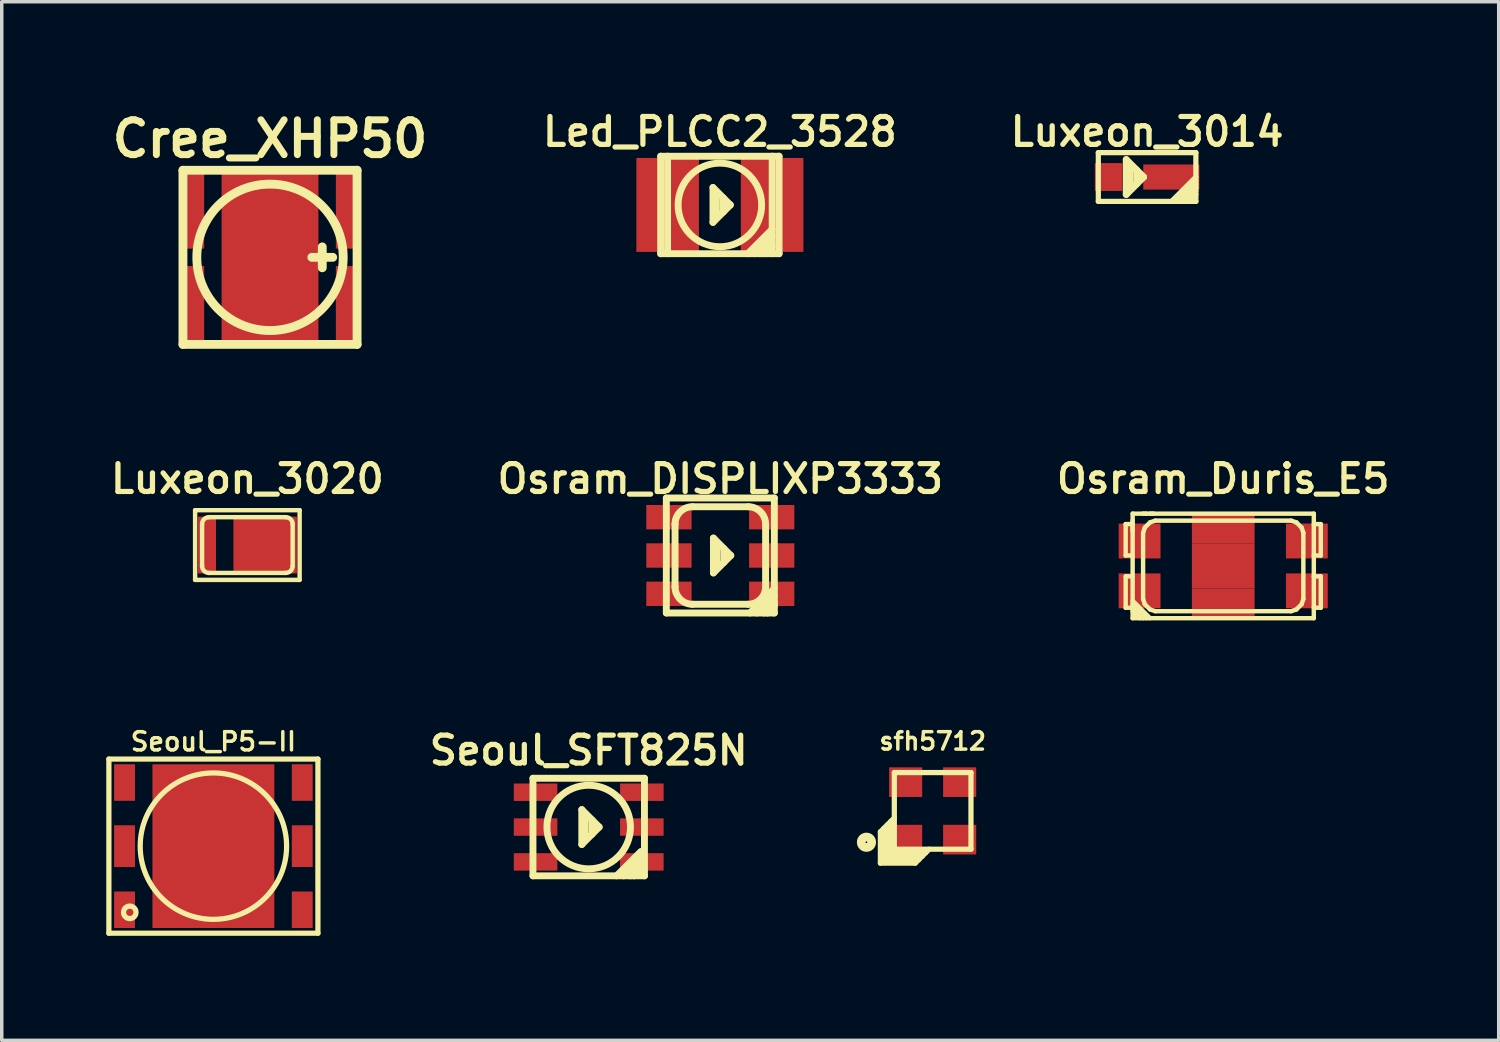
<source format=kicad_pcb>
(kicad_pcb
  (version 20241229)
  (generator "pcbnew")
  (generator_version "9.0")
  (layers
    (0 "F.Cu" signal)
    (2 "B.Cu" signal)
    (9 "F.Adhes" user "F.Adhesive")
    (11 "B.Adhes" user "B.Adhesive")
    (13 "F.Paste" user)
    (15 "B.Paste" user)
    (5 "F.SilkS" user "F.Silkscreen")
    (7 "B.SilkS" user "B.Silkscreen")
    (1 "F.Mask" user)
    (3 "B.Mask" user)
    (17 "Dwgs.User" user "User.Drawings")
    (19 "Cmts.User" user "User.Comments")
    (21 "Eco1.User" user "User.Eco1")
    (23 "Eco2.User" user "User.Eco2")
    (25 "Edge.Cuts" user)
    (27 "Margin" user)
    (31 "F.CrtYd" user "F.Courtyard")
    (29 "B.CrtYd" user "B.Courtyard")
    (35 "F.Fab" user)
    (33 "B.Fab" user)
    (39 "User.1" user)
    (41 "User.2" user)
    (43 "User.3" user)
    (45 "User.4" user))
  (footprint "Osram_DISPLIXP3333"
    (layer "F.Cu")
    (at 17.625 12.894)
    (property "Reference" "Osram_DISPLIXP3333" (at 0 -2.2 0) (layer "F.SilkS") (effects (font (size 0.8 0.8) (thickness 0.15))))
    (attr through_hole)
    (fp_line (start -1.55 -1.65) (end -1.55 1.65) (stroke (width 0.198) (type solid)) (layer "F.SilkS"))
    (fp_line (start -1.55 1.65) (end 1.55 1.65) (stroke (width 0.198) (type solid)) (layer "F.SilkS"))
    (fp_line (start -1.3 -0.9) (end -1.3 0.9) (stroke (width 0.2) (type solid)) (layer "F.SilkS"))
    (fp_line (start -0.8 -1.4) (end 0.8 -1.4) (stroke (width 0.2) (type solid)) (layer "F.SilkS"))
    (fp_line (start -0.8 1.4) (end 0.8 1.4) (stroke (width 0.2) (type solid)) (layer "F.SilkS"))
    (fp_line (start -0.198 -0.5) (end -0.198 0.5) (stroke (width 0.198) (type solid)) (layer "F.SilkS"))
    (fp_line (start -0.198 0.5) (end 0.3 0) (stroke (width 0.198) (type solid)) (layer "F.SilkS"))
    (fp_line (start -0.099 0.3) (end -0.099 -0.3) (stroke (width 0.198) (type solid)) (layer "F.SilkS"))
    (fp_line (start 0.099 0.201) (end 0.099 -0.201) (stroke (width 0.198) (type solid)) (layer "F.SilkS"))
    (fp_line (start 0.3 0) (end -0.198 -0.5) (stroke (width 0.198) (type solid)) (layer "F.SilkS"))
    (fp_line (start 0.85 1.65) (end 1.548 0.952) (stroke (width 0.198) (type solid)) (layer "F.SilkS"))
    (fp_line (start 1.05 1.65) (end 1.55 1.15) (stroke (width 0.198) (type solid)) (layer "F.SilkS"))
    (fp_line (start 1.25 1.65) (end 1.55 1.35) (stroke (width 0.198) (type solid)) (layer "F.SilkS"))
    (fp_line (start 1.3 -0.9) (end 1.3 0.9) (stroke (width 0.2) (type solid)) (layer "F.SilkS"))
    (fp_line (start 1.55 -1.65) (end -1.55 -1.65) (stroke (width 0.198) (type solid)) (layer "F.SilkS"))
    (fp_line (start 1.55 1.45) (end 1.352 1.651) (stroke (width 0.198) (type solid)) (layer "F.SilkS"))
    (fp_line (start 1.55 1.65) (end 1.55 -1.65) (stroke (width 0.198) (type solid)) (layer "F.SilkS"))
    (fp_arc (start -1.3 -0.9) (mid -1.153553 -1.253553) (end -0.8 -1.4) (stroke (width 0.2) (type solid)) (layer "F.SilkS"))
    (fp_arc (start -0.8 1.4) (mid -1.153553 1.253553) (end -1.3 0.9) (stroke (width 0.2) (type solid)) (layer "F.SilkS"))
    (fp_arc (start 0.8 -1.4) (mid 1.153553 -1.253553) (end 1.3 -0.9) (stroke (width 0.2) (type solid)) (layer "F.SilkS"))
    (fp_arc (start 1.3 0.9) (mid 1.153553 1.253553) (end 0.8 1.4) (stroke (width 0.2) (type solid)) (layer "F.SilkS"))
    (pad "1" smd rect (at -1.475 -1.1) (size 1.3 0.7) (layers "F.Cu" "F.Mask" "F.Paste"))
    (pad "2" smd rect (at -1.475 0) (size 1.3 0.7) (layers "F.Cu" "F.Mask" "F.Paste"))
    (pad "3" smd rect (at -1.475 1.1) (size 1.3 0.7) (layers "F.Cu" "F.Mask" "F.Paste"))
    (pad "4" smd rect (at 1.475 1.1) (size 1.3 0.7) (layers "F.Cu" "F.Mask" "F.Paste"))
    (pad "5" smd rect (at 1.475 0) (size 1.3 0.7) (layers "F.Cu" "F.Mask" "F.Paste"))
    (pad "6" smd rect (at 1.475 -1.1) (size 1.3 0.7) (layers "F.Cu" "F.Mask" "F.Paste")))
  (footprint "Luxeon_3020"
    (layer "F.Cu")
    (at 4.05 12.594)
    (property "Reference" "Luxeon_3020" (at 0 -1.9 0) (layer "F.SilkS") (effects (font (size 0.8 0.8) (thickness 0.15))))
    (attr through_hole)
    (fp_line (start -1.5 -1) (end 1.5 -1) (stroke (width 0.127) (type solid)) (layer "F.SilkS"))
    (fp_line (start -1.5 1) (end -1.5 -1) (stroke (width 0.127) (type solid)) (layer "F.SilkS"))
    (fp_line (start -1.3 0.6) (end -1.3 -0.6) (stroke (width 0.127) (type solid)) (layer "F.SilkS"))
    (fp_line (start -1.1 -0.8) (end 1.1 -0.8) (stroke (width 0.127) (type solid)) (layer "F.SilkS"))
    (fp_line (start 1.1 0.8) (end -1.1 0.8) (stroke (width 0.127) (type solid)) (layer "F.SilkS"))
    (fp_line (start 1.3 -0.6) (end 1.3 0.6) (stroke (width 0.127) (type solid)) (layer "F.SilkS"))
    (fp_line (start 1.5 -1) (end 1.5 1) (stroke (width 0.127) (type solid)) (layer "F.SilkS"))
    (fp_line (start 1.5 1) (end -1.5 1) (stroke (width 0.127) (type solid)) (layer "F.SilkS"))
    (fp_arc (start -1.3 -0.6) (mid -1.241421 -0.741421) (end -1.1 -0.8) (stroke (width 0.127) (type solid)) (layer "F.SilkS"))
    (fp_arc (start -1.1 0.8) (mid -1.241421 0.741421) (end -1.3 0.6) (stroke (width 0.127) (type solid)) (layer "F.SilkS"))
    (fp_arc (start 1.1 -0.8) (mid 1.241421 -0.741421) (end 1.3 -0.6) (stroke (width 0.127) (type solid)) (layer "F.SilkS"))
    (fp_arc (start 1.3 0.6) (mid 1.241421 0.741421) (end 1.1 0.8) (stroke (width 0.127) (type solid)) (layer "F.SilkS"))
    (pad "1" smd rect (at -1.16 0) (size 0.52 1.63) (layers "F.Cu" "F.Mask" "F.Paste"))
    (pad "2" smd rect (at 0.51 0) (size 1.82 1.63) (layers "F.Cu" "F.Mask" "F.Paste")))
  (footprint "Seoul_P5-II"
    (layer "F.Cu")
    (at 3.075 21.236)
    (property "Reference" "Seoul_P5-II" (at 0 -3 0) (layer "F.SilkS") (effects (font (size 0.523 0.523) (thickness 0.099))))
    (attr through_hole)
    (fp_line (start -3 -2.499) (end -3 2.499) (stroke (width 0.15) (type solid)) (layer "F.SilkS"))
    (fp_line (start -3 -2.499) (end 3 -2.499) (stroke (width 0.15) (type solid)) (layer "F.SilkS"))
    (fp_line (start 3 -2.499) (end 3 2.499) (stroke (width 0.15) (type solid)) (layer "F.SilkS"))
    (fp_line (start 3 2.499) (end -3 2.499) (stroke (width 0.15) (type solid)) (layer "F.SilkS"))
    (fp_circle (center -2.4 1.9) (end -2.55 1.999) (stroke (width 0.15) (type solid)) (fill no) (layer "F.SilkS"))
    (fp_circle (center 0 0) (end 0 -2.101) (stroke (width 0.15) (type solid)) (fill no) (layer "F.SilkS"))
    (pad "1" smd rect (at 2.55 -1.826) (size 0.599 1.049) (layers "F.Cu" "F.Mask" "F.Paste"))
    (pad "2" smd rect (at 2.55 0) (size 0.599 1.199) (layers "F.Cu" "F.Mask" "F.Paste"))
    (pad "3" smd rect (at 2.55 1.826) (size 0.599 1.049) (layers "F.Cu" "F.Mask" "F.Paste"))
    (pad "4" smd rect (at -2.55 1.826) (size 0.599 1.049) (layers "F.Cu" "F.Mask" "F.Paste"))
    (pad "5" smd rect (at -2.55 0) (size 0.599 1.199) (layers "F.Cu" "F.Mask" "F.Paste"))
    (pad "6" smd rect (at -2.55 -1.826) (size 0.599 1.049) (layers "F.Cu" "F.Mask" "F.Paste"))
    (pad "7" smd rect (at 0 0) (size 3.5 4.699) (layers "F.Cu" "F.Mask" "F.Paste")))
  (footprint "Seoul_SFT825N"
    (layer "F.Cu")
    (at 13.847 20.688)
    (property "Reference" "Seoul_SFT825N" (at 0 -2.2 0) (layer "F.SilkS") (effects (font (size 0.8 0.8) (thickness 0.15))))
    (attr through_hole)
    (fp_line (start -1.6 -1.4) (end -1.6 1.4) (stroke (width 0.198) (type solid)) (layer "F.SilkS"))
    (fp_line (start -1.6 1.4) (end 1.6 1.4) (stroke (width 0.198) (type solid)) (layer "F.SilkS"))
    (fp_line (start -0.198 -0.5) (end -0.198 0.5) (stroke (width 0.198) (type solid)) (layer "F.SilkS"))
    (fp_line (start -0.198 0.5) (end 0.3 0) (stroke (width 0.198) (type solid)) (layer "F.SilkS"))
    (fp_line (start -0.099 0.3) (end -0.099 -0.3) (stroke (width 0.198) (type solid)) (layer "F.SilkS"))
    (fp_line (start 0.099 0.201) (end 0.099 -0.201) (stroke (width 0.198) (type solid)) (layer "F.SilkS"))
    (fp_line (start 0.3 0) (end -0.198 -0.5) (stroke (width 0.198) (type solid)) (layer "F.SilkS"))
    (fp_line (start 0.8 1.4) (end 1.499 0.701) (stroke (width 0.198) (type solid)) (layer "F.SilkS"))
    (fp_line (start 0.998 1.4) (end 1.499 0.899) (stroke (width 0.198) (type solid)) (layer "F.SilkS"))
    (fp_line (start 1.199 1.4) (end 1.499 1.1) (stroke (width 0.198) (type solid)) (layer "F.SilkS"))
    (fp_line (start 1.499 1.199) (end 1.3 1.4) (stroke (width 0.198) (type solid)) (layer "F.SilkS"))
    (fp_line (start 1.6 -1.4) (end -1.6 -1.4) (stroke (width 0.198) (type solid)) (layer "F.SilkS"))
    (fp_line (start 1.6 1.4) (end 1.6 -1.4) (stroke (width 0.198) (type solid)) (layer "F.SilkS"))
    (fp_circle (center 0 0) (end -1.199 0) (stroke (width 0.198) (type solid)) (fill no) (layer "F.SilkS"))
    (pad "1" smd rect (at 1.525 1) (size 1.25 0.5) (layers "F.Cu" "F.Mask" "F.Paste"))
    (pad "2" smd rect (at 1.525 0) (size 1.25 0.5) (layers "F.Cu" "F.Mask" "F.Paste"))
    (pad "3" smd rect (at 1.525 -1) (size 1.25 0.5) (layers "F.Cu" "F.Mask" "F.Paste"))
    (pad "4" smd rect (at -1.525 -1) (size 1.25 0.5) (layers "F.Cu" "F.Mask" "F.Paste"))
    (pad "5" smd rect (at -1.525 0) (size 1.25 0.5) (layers "F.Cu" "F.Mask" "F.Paste"))
    (pad "6" smd rect (at -1.525 1) (size 1.25 0.5) (layers "F.Cu" "F.Mask" "F.Paste")))
  (footprint "Led_PLCC2_3528"
    (layer "F.Cu")
    (at 17.612 2.832)
    (property "Reference" "Led_PLCC2_3528" (at 0 -2.101 0) (layer "F.SilkS") (effects (font (size 0.8 0.8) (thickness 0.15))))
    (attr through_hole)
    (fp_line (start -1.699 -1.4) (end -1.699 1.4) (stroke (width 0.198) (type solid)) (layer "F.SilkS"))
    (fp_line (start -1.699 1.4) (end 1.699 1.4) (stroke (width 0.198) (type solid)) (layer "F.SilkS"))
    (fp_line (start -1.501 -1.4) (end -1.501 1.4) (stroke (width 0.198) (type solid)) (layer "F.SilkS"))
    (fp_line (start -0.198 -0.5) (end -0.198 0.5) (stroke (width 0.198) (type solid)) (layer "F.SilkS"))
    (fp_line (start -0.198 0.5) (end 0.3 0) (stroke (width 0.198) (type solid)) (layer "F.SilkS"))
    (fp_line (start -0.099 0.3) (end -0.099 -0.3) (stroke (width 0.198) (type solid)) (layer "F.SilkS"))
    (fp_line (start 0.099 0.201) (end 0.099 -0.201) (stroke (width 0.198) (type solid)) (layer "F.SilkS"))
    (fp_line (start 0.3 0) (end -0.198 -0.5) (stroke (width 0.198) (type solid)) (layer "F.SilkS"))
    (fp_line (start 0.8 1.4) (end 1.499 0.701) (stroke (width 0.198) (type solid)) (layer "F.SilkS"))
    (fp_line (start 0.998 1.4) (end 1.499 0.899) (stroke (width 0.198) (type solid)) (layer "F.SilkS"))
    (fp_line (start 1.199 1.4) (end 1.499 1.1) (stroke (width 0.198) (type solid)) (layer "F.SilkS"))
    (fp_line (start 1.499 1.199) (end 1.3 1.4) (stroke (width 0.198) (type solid)) (layer "F.SilkS"))
    (fp_line (start 1.501 1.4) (end 1.501 -1.4) (stroke (width 0.198) (type solid)) (layer "F.SilkS"))
    (fp_line (start 1.699 -1.397) (end -1.699 -1.397) (stroke (width 0.198) (type solid)) (layer "F.SilkS"))
    (fp_line (start 1.699 1.4) (end 1.699 -1.4) (stroke (width 0.198) (type solid)) (layer "F.SilkS"))
    (fp_circle (center 0 0) (end -1.199 0) (stroke (width 0.198) (type solid)) (fill no) (layer "F.SilkS"))
    (pad "1" smd rect (at -1.499 0) (size 1.796 2.697) (layers "F.Cu" "F.Mask" "F.Paste"))
    (pad "2" smd rect (at 1.499 0) (size 1.796 2.697) (layers "F.Cu" "F.Mask" "F.Paste")))
  (footprint "sfh5712"
    (layer "F.Cu")
    (at 23.719 20.224)
    (property "Reference" "sfh5712" (at 0 -2 0) (layer "F.SilkS") (effects (font (size 0.5 0.5) (thickness 0.1))))
    (attr through_hole)
    (fp_line (start -1.5 0.6) (end -1.5 1.5) (stroke (width 0.15) (type solid)) (layer "F.SilkS"))
    (fp_line (start -1.5 0.6) (end -1.1 0.2) (stroke (width 0.15) (type solid)) (layer "F.SilkS"))
    (fp_line (start -1.4 0.5) (end -1.4 1.4) (stroke (width 0.15) (type solid)) (layer "F.SilkS"))
    (fp_line (start -1.4 1.4) (end -0.4 1.4) (stroke (width 0.15) (type solid)) (layer "F.SilkS"))
    (fp_line (start -1.3 0.4) (end -1.3 1.3) (stroke (width 0.15) (type solid)) (layer "F.SilkS"))
    (fp_line (start -1.3 1.3) (end -0.3 1.3) (stroke (width 0.15) (type solid)) (layer "F.SilkS"))
    (fp_line (start -1.2 0.3) (end -1.2 1.2) (stroke (width 0.15) (type solid)) (layer "F.SilkS"))
    (fp_line (start -1.2 1.2) (end -0.2 1.2) (stroke (width 0.15) (type solid)) (layer "F.SilkS"))
    (fp_line (start -1.1 -1.1) (end 1.1 -1.1) (stroke (width 0.15) (type solid)) (layer "F.SilkS"))
    (fp_line (start -1.1 1.1) (end -1.1 -1.1) (stroke (width 0.15) (type solid)) (layer "F.SilkS"))
    (fp_line (start -1.1 1.1) (end 1.1 1.1) (stroke (width 0.15) (type solid)) (layer "F.SilkS"))
    (fp_line (start -0.5 1.5) (end -1.5 1.5) (stroke (width 0.15) (type solid)) (layer "F.SilkS"))
    (fp_line (start -0.5 1.5) (end -0.1 1.1) (stroke (width 0.15) (type solid)) (layer "F.SilkS"))
    (fp_line (start 1.1 -1.1) (end 1.1 1.1) (stroke (width 0.15) (type solid)) (layer "F.SilkS"))
    (fp_circle (center -1.902 0.9) (end -1.902 1) (stroke (width 0.15) (type solid)) (fill no) (layer "F.SilkS"))
    (fp_circle (center -1.9 0.9) (end -2.1 0.9) (stroke (width 0.15) (type solid)) (fill no) (layer "F.SilkS"))
    (pad "1" smd rect (at -0.775 0.825) (size 0.95 0.85) (layers "F.Cu" "F.Mask" "F.Paste"))
    (pad "2" smd rect (at 0.775 0.825) (size 0.95 0.85) (layers "F.Cu" "F.Mask" "F.Paste"))
    (pad "3" smd rect (at 0.775 -0.825) (size 0.95 0.85) (layers "F.Cu" "F.Mask" "F.Paste"))
    (pad "4" smd rect (at -0.775 -0.825) (size 0.95 0.85) (layers "F.Cu" "F.Mask" "F.Paste")))
  (footprint "Luxeon_3014"
    (layer "F.Cu")
    (at 29.874 2.031)
    (property "Reference" "Luxeon_3014" (at 0 -1.3 0) (layer "F.SilkS") (effects (font (size 0.8 0.8) (thickness 0.15))))
    (attr through_hole)
    (fp_line (start -1.4 -0.7) (end 1.4 -0.7) (stroke (width 0.15) (type solid)) (layer "F.SilkS"))
    (fp_line (start -1.4 0.7) (end -1.4 -0.7) (stroke (width 0.15) (type solid)) (layer "F.SilkS"))
    (fp_line (start -0.598 -0.5) (end -0.598 0.5) (stroke (width 0.198) (type solid)) (layer "F.SilkS"))
    (fp_line (start -0.598 0.5) (end -0.1 0) (stroke (width 0.198) (type solid)) (layer "F.SilkS"))
    (fp_line (start -0.499 0.3) (end -0.499 -0.3) (stroke (width 0.198) (type solid)) (layer "F.SilkS"))
    (fp_line (start -0.301 0.201) (end -0.301 -0.201) (stroke (width 0.198) (type solid)) (layer "F.SilkS"))
    (fp_line (start -0.1 0) (end -0.598 -0.5) (stroke (width 0.198) (type solid)) (layer "F.SilkS"))
    (fp_line (start 0.7 0.7) (end 1.4 0) (stroke (width 0.15) (type solid)) (layer "F.SilkS"))
    (fp_line (start 0.8 0.7) (end 1.4 0.1) (stroke (width 0.15) (type solid)) (layer "F.SilkS"))
    (fp_line (start 0.9 0.7) (end 1.4 0.2) (stroke (width 0.15) (type solid)) (layer "F.SilkS"))
    (fp_line (start 1 0.7) (end 1.4 0.3) (stroke (width 0.15) (type solid)) (layer "F.SilkS"))
    (fp_line (start 1.1 0.7) (end 1.4 0.4) (stroke (width 0.15) (type solid)) (layer "F.SilkS"))
    (fp_line (start 1.4 -0.7) (end 1.4 0.7) (stroke (width 0.15) (type solid)) (layer "F.SilkS"))
    (fp_line (start 1.4 0.5) (end 1.2 0.7) (stroke (width 0.15) (type solid)) (layer "F.SilkS"))
    (fp_line (start 1.4 0.7) (end -1.4 0.7) (stroke (width 0.15) (type solid)) (layer "F.SilkS"))
    (pad "1" smd rect (at -1.105 0) (size 0.79 0.8) (layers "F.Cu" "F.Mask" "F.Paste"))
    (pad "2" smd rect (at 0.695 0) (size 1.61 0.72) (layers "F.Cu" "F.Mask" "F.Paste")))
  (footprint "Osram_Duris_E5"
    (layer "F.Cu")
    (at 32.059 13.193)
    (property "Reference" "Osram_Duris_E5" (at 0 -2.499 0) (layer "F.SilkS") (effects (font (size 0.8 0.8) (thickness 0.15))))
    (attr through_hole)
    (fp_line (start -2.8 -1.2) (end -2.8 -0.3) (stroke (width 0.127) (type solid)) (layer "F.SilkS"))
    (fp_line (start -2.8 -0.3) (end -2.6 -0.3) (stroke (width 0.127) (type solid)) (layer "F.SilkS"))
    (fp_line (start -2.8 0.3) (end -2.8 1.2) (stroke (width 0.127) (type solid)) (layer "F.SilkS"))
    (fp_line (start -2.8 1.2) (end -2.6 1.2) (stroke (width 0.127) (type solid)) (layer "F.SilkS"))
    (fp_line (start -2.601 -1.199) (end -2.601 -1.3) (stroke (width 0.127) (type solid)) (layer "F.SilkS"))
    (fp_line (start -2.601 -1.001) (end -2.601 -1.1) (stroke (width 0.127) (type solid)) (layer "F.SilkS"))
    (fp_line (start -2.6 -1.5) (end -2.6 1.5) (stroke (width 0.127) (type solid)) (layer "F.SilkS"))
    (fp_line (start -2.6 -1.2) (end -2.8 -1.2) (stroke (width 0.127) (type solid)) (layer "F.SilkS"))
    (fp_line (start -2.6 0.3) (end -2.8 0.3) (stroke (width 0.127) (type solid)) (layer "F.SilkS"))
    (fp_line (start -2.6 1.1) (end -2.2 1.5) (stroke (width 0.127) (type solid)) (layer "F.SilkS"))
    (fp_line (start -2.6 1.3) (end -2.4 1.5) (stroke (width 0.127) (type solid)) (layer "F.SilkS"))
    (fp_line (start -2.6 1.5) (end 2.6 1.5) (stroke (width 0.127) (type solid)) (layer "F.SilkS"))
    (fp_line (start -2.3 -0.95) (end -2.3 0.95) (stroke (width 0.127) (type solid)) (layer "F.SilkS"))
    (fp_line (start -2.3 0.95) (end -2.25 1.1) (stroke (width 0.127) (type solid)) (layer "F.SilkS"))
    (fp_line (start -2.3 1.5) (end -2.6 1.2) (stroke (width 0.127) (type solid)) (layer "F.SilkS"))
    (fp_line (start -2.25 -1.1) (end -2.3 -0.95) (stroke (width 0.127) (type solid)) (layer "F.SilkS"))
    (fp_line (start -2.25 1.1) (end -2.1 1.25) (stroke (width 0.127) (type solid)) (layer "F.SilkS"))
    (fp_line (start -2.2 -1.501) (end -2.301 -1.501) (stroke (width 0.127) (type solid)) (layer "F.SilkS"))
    (fp_line (start -2.1 -1.25) (end -2.25 -1.1) (stroke (width 0.127) (type solid)) (layer "F.SilkS"))
    (fp_line (start -2.1 1.5) (end -2.6 1) (stroke (width 0.127) (type solid)) (layer "F.SilkS"))
    (fp_line (start -1.999 -1.501) (end -2.101 -1.501) (stroke (width 0.127) (type solid)) (layer "F.SilkS"))
    (fp_line (start -1.95 -1.3) (end -2.1 -1.25) (stroke (width 0.127) (type solid)) (layer "F.SilkS"))
    (fp_line (start -1.95 1.3) (end -2.1 1.25) (stroke (width 0.127) (type solid)) (layer "F.SilkS"))
    (fp_line (start -1.95 1.3) (end 1.95 1.3) (stroke (width 0.127) (type solid)) (layer "F.SilkS"))
    (fp_line (start 1.95 -1.3) (end -1.95 -1.3) (stroke (width 0.127) (type solid)) (layer "F.SilkS"))
    (fp_line (start 1.95 1.3) (end 2.1 1.25) (stroke (width 0.127) (type solid)) (layer "F.SilkS"))
    (fp_line (start 2.1 -1.25) (end 1.95 -1.3) (stroke (width 0.127) (type solid)) (layer "F.SilkS"))
    (fp_line (start 2.25 -1.1) (end 2.1 -1.25) (stroke (width 0.127) (type solid)) (layer "F.SilkS"))
    (fp_line (start 2.25 1.1) (end 2.1 1.25) (stroke (width 0.127) (type solid)) (layer "F.SilkS"))
    (fp_line (start 2.3 -0.95) (end 2.25 -1.1) (stroke (width 0.127) (type solid)) (layer "F.SilkS"))
    (fp_line (start 2.3 0.95) (end 2.25 1.1) (stroke (width 0.127) (type solid)) (layer "F.SilkS"))
    (fp_line (start 2.3 0.95) (end 2.3 -0.95) (stroke (width 0.127) (type solid)) (layer "F.SilkS"))
    (fp_line (start 2.6 -1.5) (end -2.6 -1.5) (stroke (width 0.127) (type solid)) (layer "F.SilkS"))
    (fp_line (start 2.6 -0.3) (end 2.8 -0.3) (stroke (width 0.127) (type solid)) (layer "F.SilkS"))
    (fp_line (start 2.6 1.2) (end 2.8 1.2) (stroke (width 0.127) (type solid)) (layer "F.SilkS"))
    (fp_line (start 2.6 1.5) (end 2.6 -1.5) (stroke (width 0.127) (type solid)) (layer "F.SilkS"))
    (fp_line (start 2.8 -1.2) (end 2.6 -1.2) (stroke (width 0.127) (type solid)) (layer "F.SilkS"))
    (fp_line (start 2.8 -0.3) (end 2.8 -1.2) (stroke (width 0.127) (type solid)) (layer "F.SilkS"))
    (fp_line (start 2.8 0.3) (end 2.6 0.3) (stroke (width 0.127) (type solid)) (layer "F.SilkS"))
    (fp_line (start 2.8 1.2) (end 2.8 0.3) (stroke (width 0.127) (type solid)) (layer "F.SilkS"))
    (pad "1" smd rect (at -2.4 -0.715) (size 1.2 1) (layers "F.Cu" "F.Mask" "F.Paste"))
    (pad "2" smd rect (at 2.4 -0.715) (size 1.2 1) (layers "F.Cu" "F.Mask" "F.Paste"))
    (pad "3" smd rect (at -2.4 0.715) (size 1.2 1) (layers "F.Cu" "F.Mask" "F.Paste"))
    (pad "4" smd rect (at 2.4 0.715) (size 1.2 1) (layers "F.Cu" "F.Mask" "F.Paste"))
    (pad "5" smd rect (at 0 -1.075) (size 1.8 0.85) (layers "F.Cu"))
    (pad "5" smd rect (at 0 0) (size 1.8 1.3) (layers "F.Cu" "F.Mask" "F.Paste"))
    (pad "5" smd rect (at 0 1.075) (size 1.8 0.85) (layers "F.Cu")))
  (footprint "Cree_XHP50"
    (layer "F.Cu")
    (at 4.7 4.336)
    (property "Reference" "Cree_XHP50" (at 0 -3.4 0) (layer "F.SilkS") (effects (font (size 1 1) (thickness 0.2))))
    (attr through_hole)
    (fp_line (start -2.499 -2.499) (end -2.499 2.499) (stroke (width 0.254) (type solid)) (layer "F.SilkS"))
    (fp_line (start -2.499 2.499) (end 2.499 2.499) (stroke (width 0.254) (type solid)) (layer "F.SilkS"))
    (fp_line (start 1.2 0) (end 1.8 0) (stroke (width 0.254) (type solid)) (layer "F.SilkS"))
    (fp_line (start 1.5 -0.3) (end 1.5 0.3) (stroke (width 0.254) (type solid)) (layer "F.SilkS"))
    (fp_line (start 2.499 -2.499) (end -2.499 -2.499) (stroke (width 0.254) (type solid)) (layer "F.SilkS"))
    (fp_line (start 2.499 2.499) (end 2.499 -2.499) (stroke (width 0.254) (type solid)) (layer "F.SilkS"))
    (fp_circle (center 0 0) (end -2.101 0) (stroke (width 0.254) (type solid)) (fill no) (layer "F.SilkS"))
    (pad "" smd rect (at -0.61 -1.575) (size 0.97 0.8) (layers "F.Paste"))
    (pad "" smd rect (at -0.61 -0.525) (size 0.97 0.8) (layers "F.Paste"))
    (pad "" smd rect (at -0.61 0.525) (size 0.97 0.8) (layers "F.Paste"))
    (pad "" smd rect (at -0.61 1.575) (size 0.97 0.8) (layers "F.Paste"))
    (pad "" smd rect (at 0.61 -1.575) (size 0.97 0.8) (layers "F.Paste"))
    (pad "" smd rect (at 0.61 -0.525) (size 0.97 0.8) (layers "F.Paste"))
    (pad "" smd rect (at 0.61 0.525) (size 0.97 0.8) (layers "F.Paste"))
    (pad "" smd rect (at 0.61 1.575) (size 0.97 0.8) (layers "F.Paste"))
    (pad "1" smd rect (at 2.14 -1.32) (size 0.5 2.14) (layers "F.Cu" "F.Mask" "F.Paste"))
    (pad "2" smd rect (at -2.14 -1.32) (size 0.5 2.14) (layers "F.Cu" "F.Mask" "F.Paste"))
    (pad "3" smd rect (at 2.14 1.32) (size 0.5 2.14) (layers "F.Cu" "F.Mask" "F.Paste"))
    (pad "4" smd rect (at -2.14 1.32) (size 0.5 2.14) (layers "F.Cu" "F.Mask" "F.Paste"))
    (pad "5" smd rect (at 0 0) (size 2.78 4.78) (layers "F.Cu" "F.Mask")))
  (gr_rect
    (start -3 -3)
    (end 39.966 26.81)
    (stroke (width 0.1) (type default))
    (fill no)
    (layer "Edge.Cuts")))
</source>
